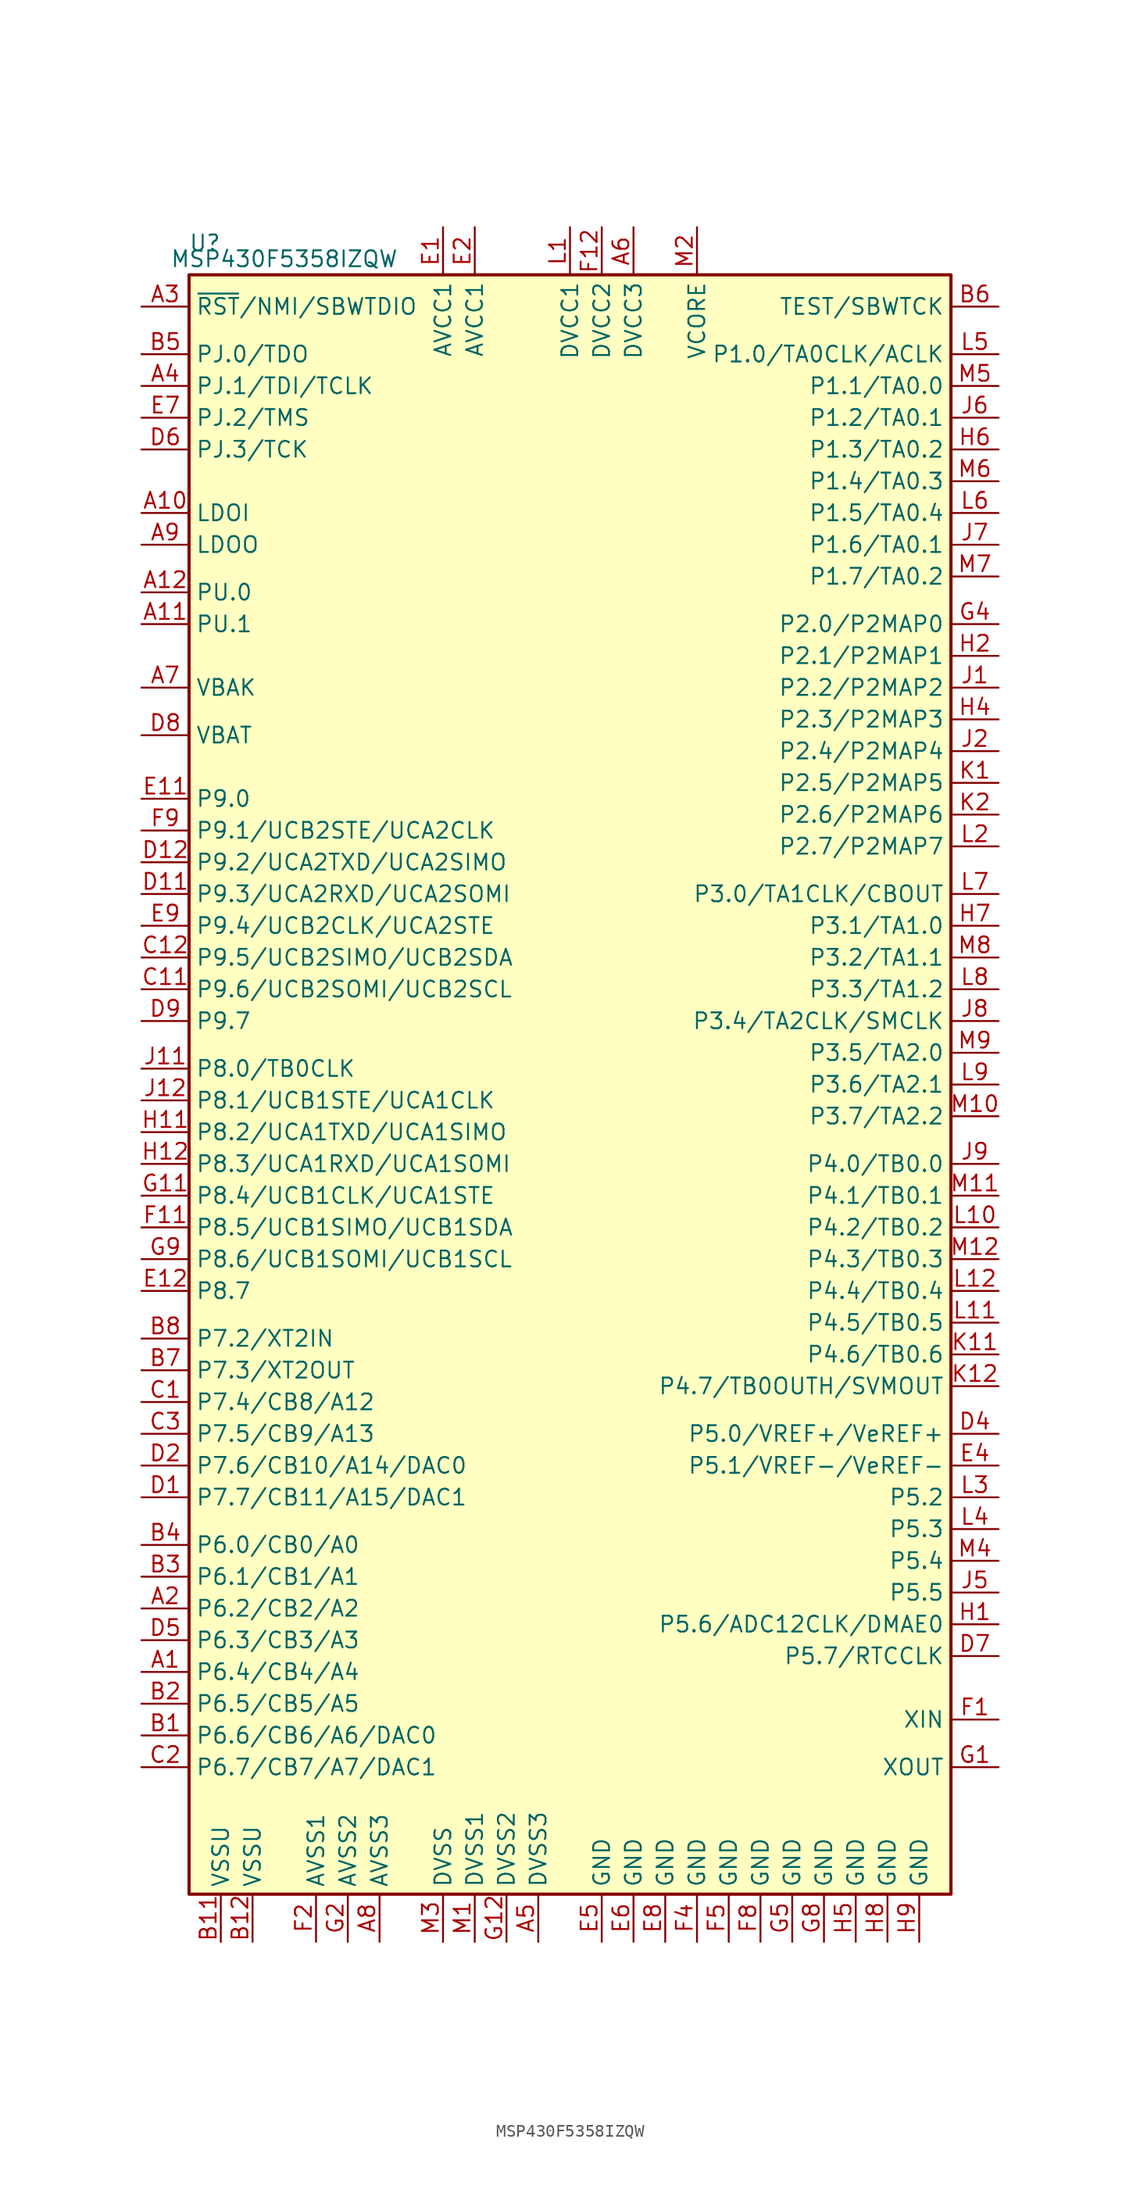
<source format=kicad_sym>
(kicad_symbol_lib
  (version 20211014)
  (generator kicad_symbol_editor)
  (symbol "MSP430F5358IZQW"
    (property "Reference" "U"
      (at -29.21 68.58 0)
      (effects (font (size 1.27 1.27))))
    (property "Value" "MSP430F5358IZQW"
      (at -22.86 67.31 0)
      (effects (font (size 1.27 1.27))))
    (symbol "MSP430F5358IZQW_0_1"
      (rectangle (start -30.48 66.04) (end 30.48 -63.5) (stroke (width 0.254) (type default) (color 0 0 0 0)) (fill (type background))))
    (symbol "MSP430F5358IZQW_1_1"
      (pin bidirectional line (at -34.29 -45.72 0) (length 3.81) (name "P6.4/CB4/A4" (effects (font (size 1.27 1.27)))) (number "A1" (effects (font (size 1.27 1.27)))))
      (pin bidirectional line (at -34.29 46.99 0) (length 3.81) (name "LDOI" (effects (font (size 1.27 1.27)))) (number "A10" (effects (font (size 1.27 1.27)))))
      (pin bidirectional line (at -34.29 38.1 0) (length 3.81) (name "PU.1" (effects (font (size 1.27 1.27)))) (number "A11" (effects (font (size 1.27 1.27)))))
      (pin bidirectional line (at -34.29 40.64 0) (length 3.81) (name "PU.0" (effects (font (size 1.27 1.27)))) (number "A12" (effects (font (size 1.27 1.27)))))
      (pin bidirectional line (at -34.29 -40.64 0) (length 3.81) (name "P6.2/CB2/A2" (effects (font (size 1.27 1.27)))) (number "A2" (effects (font (size 1.27 1.27)))))
      (pin input line (at -34.29 63.5 0) (length 3.81) (name "~{RST}/NMI/SBWTDIO" (effects (font (size 1.27 1.27)))) (number "A3" (effects (font (size 1.27 1.27)))))
      (pin bidirectional line (at -34.29 57.15 0) (length 3.81) (name "PJ.1/TDI/TCLK" (effects (font (size 1.27 1.27)))) (number "A4" (effects (font (size 1.27 1.27)))))
      (pin power_in line (at -2.54 -67.31 90) (length 3.81) (name "DVSS3" (effects (font (size 1.27 1.27)))) (number "A5" (effects (font (size 1.27 1.27)))))
      (pin power_in line (at 5.08 69.85 270) (length 3.81) (name "DVCC3" (effects (font (size 1.27 1.27)))) (number "A6" (effects (font (size 1.27 1.27)))))
      (pin bidirectional line (at -34.29 33.02 0) (length 3.81) (name "VBAK" (effects (font (size 1.27 1.27)))) (number "A7" (effects (font (size 1.27 1.27)))))
      (pin power_in line (at -15.24 -67.31 90) (length 3.81) (name "AVSS3" (effects (font (size 1.27 1.27)))) (number "A8" (effects (font (size 1.27 1.27)))))
      (pin bidirectional line (at -34.29 44.45 0) (length 3.81) (name "LDOO" (effects (font (size 1.27 1.27)))) (number "A9" (effects (font (size 1.27 1.27)))))
      (pin bidirectional line (at -34.29 -50.8 0) (length 3.81) (name "P6.6/CB6/A6/DAC0" (effects (font (size 1.27 1.27)))) (number "B1" (effects (font (size 1.27 1.27)))))
      (pin power_in line (at -27.94 -67.31 90) (length 3.81) (name "VSSU" (effects (font (size 1.27 1.27)))) (number "B11" (effects (font (size 1.27 1.27)))))
      (pin power_in line (at -25.4 -67.31 90) (length 3.81) (name "VSSU" (effects (font (size 1.27 1.27)))) (number "B12" (effects (font (size 1.27 1.27)))))
      (pin bidirectional line (at -34.29 -48.26 0) (length 3.81) (name "P6.5/CB5/A5" (effects (font (size 1.27 1.27)))) (number "B2" (effects (font (size 1.27 1.27)))))
      (pin bidirectional line (at -34.29 -38.1 0) (length 3.81) (name "P6.1/CB1/A1" (effects (font (size 1.27 1.27)))) (number "B3" (effects (font (size 1.27 1.27)))))
      (pin bidirectional line (at -34.29 -35.56 0) (length 3.81) (name "P6.0/CB0/A0" (effects (font (size 1.27 1.27)))) (number "B4" (effects (font (size 1.27 1.27)))))
      (pin bidirectional line (at -34.29 59.69 0) (length 3.81) (name "PJ.0/TDO" (effects (font (size 1.27 1.27)))) (number "B5" (effects (font (size 1.27 1.27)))))
      (pin input line (at 34.29 63.5 180) (length 3.81) (name "TEST/SBWTCK" (effects (font (size 1.27 1.27)))) (number "B6" (effects (font (size 1.27 1.27)))))
      (pin bidirectional line (at -34.29 -21.59 0) (length 3.81) (name "P7.3/XT2OUT" (effects (font (size 1.27 1.27)))) (number "B7" (effects (font (size 1.27 1.27)))))
      (pin bidirectional line (at -34.29 -19.05 0) (length 3.81) (name "P7.2/XT2IN" (effects (font (size 1.27 1.27)))) (number "B8" (effects (font (size 1.27 1.27)))))
      (pin bidirectional line (at -34.29 -24.13 0) (length 3.81) (name "P7.4/CB8/A12" (effects (font (size 1.27 1.27)))) (number "C1" (effects (font (size 1.27 1.27)))))
      (pin bidirectional line (at -34.29 8.89 0) (length 3.81) (name "P9.6/UCB2SOMI/UCB2SCL" (effects (font (size 1.27 1.27)))) (number "C11" (effects (font (size 1.27 1.27)))))
      (pin bidirectional line (at -34.29 11.43 0) (length 3.81) (name "P9.5/UCB2SIMO/UCB2SDA" (effects (font (size 1.27 1.27)))) (number "C12" (effects (font (size 1.27 1.27)))))
      (pin bidirectional line (at -34.29 -53.34 0) (length 3.81) (name "P6.7/CB7/A7/DAC1" (effects (font (size 1.27 1.27)))) (number "C2" (effects (font (size 1.27 1.27)))))
      (pin bidirectional line (at -34.29 -26.67 0) (length 3.81) (name "P7.5/CB9/A13" (effects (font (size 1.27 1.27)))) (number "C3" (effects (font (size 1.27 1.27)))))
      (pin bidirectional line (at -34.29 -31.75 0) (length 3.81) (name "P7.7/CB11/A15/DAC1" (effects (font (size 1.27 1.27)))) (number "D1" (effects (font (size 1.27 1.27)))))
      (pin bidirectional line (at -34.29 16.51 0) (length 3.81) (name "P9.3/UCA2RXD/UCA2SOMI" (effects (font (size 1.27 1.27)))) (number "D11" (effects (font (size 1.27 1.27)))))
      (pin bidirectional line (at -34.29 19.05 0) (length 3.81) (name "P9.2/UCA2TXD/UCA2SIMO" (effects (font (size 1.27 1.27)))) (number "D12" (effects (font (size 1.27 1.27)))))
      (pin bidirectional line (at -34.29 -29.21 0) (length 3.81) (name "P7.6/CB10/A14/DAC0" (effects (font (size 1.27 1.27)))) (number "D2" (effects (font (size 1.27 1.27)))))
      (pin bidirectional line (at 34.29 -26.67 180) (length 3.81) (name "P5.0/VREF+/VeREF+" (effects (font (size 1.27 1.27)))) (number "D4" (effects (font (size 1.27 1.27)))))
      (pin bidirectional line (at -34.29 -43.18 0) (length 3.81) (name "P6.3/CB3/A3" (effects (font (size 1.27 1.27)))) (number "D5" (effects (font (size 1.27 1.27)))))
      (pin bidirectional line (at -34.29 52.07 0) (length 3.81) (name "PJ.3/TCK" (effects (font (size 1.27 1.27)))) (number "D6" (effects (font (size 1.27 1.27)))))
      (pin bidirectional line (at 34.29 -44.45 180) (length 3.81) (name "P5.7/RTCCLK" (effects (font (size 1.27 1.27)))) (number "D7" (effects (font (size 1.27 1.27)))))
      (pin bidirectional line (at -34.29 29.21 0) (length 3.81) (name "VBAT" (effects (font (size 1.27 1.27)))) (number "D8" (effects (font (size 1.27 1.27)))))
      (pin bidirectional line (at -34.29 6.35 0) (length 3.81) (name "P9.7" (effects (font (size 1.27 1.27)))) (number "D9" (effects (font (size 1.27 1.27)))))
      (pin power_in line (at -10.16 69.85 270) (length 3.81) (name "AVCC1" (effects (font (size 1.27 1.27)))) (number "E1" (effects (font (size 1.27 1.27)))))
      (pin bidirectional line (at -34.29 24.13 0) (length 3.81) (name "P9.0" (effects (font (size 1.27 1.27)))) (number "E11" (effects (font (size 1.27 1.27)))))
      (pin bidirectional line (at -34.29 -15.24 0) (length 3.81) (name "P8.7" (effects (font (size 1.27 1.27)))) (number "E12" (effects (font (size 1.27 1.27)))))
      (pin power_in line (at -7.62 69.85 270) (length 3.81) (name "AVCC1" (effects (font (size 1.27 1.27)))) (number "E2" (effects (font (size 1.27 1.27)))))
      (pin bidirectional line (at 34.29 -29.21 180) (length 3.81) (name "P5.1/VREF-/VeREF-" (effects (font (size 1.27 1.27)))) (number "E4" (effects (font (size 1.27 1.27)))))
      (pin power_in line (at 2.54 -67.31 90) (length 3.81) (name "GND" (effects (font (size 1.27 1.27)))) (number "E5" (effects (font (size 1.27 1.27)))))
      (pin power_in line (at 5.08 -67.31 90) (length 3.81) (name "GND" (effects (font (size 1.27 1.27)))) (number "E6" (effects (font (size 1.27 1.27)))))
      (pin bidirectional line (at -34.29 54.61 0) (length 3.81) (name "PJ.2/TMS" (effects (font (size 1.27 1.27)))) (number "E7" (effects (font (size 1.27 1.27)))))
      (pin power_in line (at 7.62 -67.31 90) (length 3.81) (name "GND" (effects (font (size 1.27 1.27)))) (number "E8" (effects (font (size 1.27 1.27)))))
      (pin bidirectional line (at -34.29 13.97 0) (length 3.81) (name "P9.4/UCB2CLK/UCA2STE" (effects (font (size 1.27 1.27)))) (number "E9" (effects (font (size 1.27 1.27)))))
      (pin bidirectional line (at 34.29 -49.53 180) (length 3.81) (name "XIN" (effects (font (size 1.27 1.27)))) (number "F1" (effects (font (size 1.27 1.27)))))
      (pin bidirectional line (at -34.29 -10.16 0) (length 3.81) (name "P8.5/UCB1SIMO/UCB1SDA" (effects (font (size 1.27 1.27)))) (number "F11" (effects (font (size 1.27 1.27)))))
      (pin power_in line (at 2.54 69.85 270) (length 3.81) (name "DVCC2" (effects (font (size 1.27 1.27)))) (number "F12" (effects (font (size 1.27 1.27)))))
      (pin power_in line (at -20.32 -67.31 90) (length 3.81) (name "AVSS1" (effects (font (size 1.27 1.27)))) (number "F2" (effects (font (size 1.27 1.27)))))
      (pin power_in line (at 10.16 -67.31 90) (length 3.81) (name "GND" (effects (font (size 1.27 1.27)))) (number "F4" (effects (font (size 1.27 1.27)))))
      (pin power_in line (at 12.7 -67.31 90) (length 3.81) (name "GND" (effects (font (size 1.27 1.27)))) (number "F5" (effects (font (size 1.27 1.27)))))
      (pin power_in line (at 15.24 -67.31 90) (length 3.81) (name "GND" (effects (font (size 1.27 1.27)))) (number "F8" (effects (font (size 1.27 1.27)))))
      (pin bidirectional line (at -34.29 21.59 0) (length 3.81) (name "P9.1/UCB2STE/UCA2CLK" (effects (font (size 1.27 1.27)))) (number "F9" (effects (font (size 1.27 1.27)))))
      (pin bidirectional line (at 34.29 -53.34 180) (length 3.81) (name "XOUT" (effects (font (size 1.27 1.27)))) (number "G1" (effects (font (size 1.27 1.27)))))
      (pin bidirectional line (at -34.29 -7.62 0) (length 3.81) (name "P8.4/UCB1CLK/UCA1STE" (effects (font (size 1.27 1.27)))) (number "G11" (effects (font (size 1.27 1.27)))))
      (pin power_in line (at -5.08 -67.31 90) (length 3.81) (name "DVSS2" (effects (font (size 1.27 1.27)))) (number "G12" (effects (font (size 1.27 1.27)))))
      (pin power_in line (at -17.78 -67.31 90) (length 3.81) (name "AVSS2" (effects (font (size 1.27 1.27)))) (number "G2" (effects (font (size 1.27 1.27)))))
      (pin bidirectional line (at 34.29 38.1 180) (length 3.81) (name "P2.0/P2MAP0" (effects (font (size 1.27 1.27)))) (number "G4" (effects (font (size 1.27 1.27)))))
      (pin power_in line (at 17.78 -67.31 90) (length 3.81) (name "GND" (effects (font (size 1.27 1.27)))) (number "G5" (effects (font (size 1.27 1.27)))))
      (pin power_in line (at 20.32 -67.31 90) (length 3.81) (name "GND" (effects (font (size 1.27 1.27)))) (number "G8" (effects (font (size 1.27 1.27)))))
      (pin bidirectional line (at -34.29 -12.7 0) (length 3.81) (name "P8.6/UCB1SOMI/UCB1SCL" (effects (font (size 1.27 1.27)))) (number "G9" (effects (font (size 1.27 1.27)))))
      (pin bidirectional line (at 34.29 -41.91 180) (length 3.81) (name "P5.6/ADC12CLK/DMAE0" (effects (font (size 1.27 1.27)))) (number "H1" (effects (font (size 1.27 1.27)))))
      (pin bidirectional line (at -34.29 -2.54 0) (length 3.81) (name "P8.2/UCA1TXD/UCA1SIMO" (effects (font (size 1.27 1.27)))) (number "H11" (effects (font (size 1.27 1.27)))))
      (pin bidirectional line (at -34.29 -5.08 0) (length 3.81) (name "P8.3/UCA1RXD/UCA1SOMI" (effects (font (size 1.27 1.27)))) (number "H12" (effects (font (size 1.27 1.27)))))
      (pin bidirectional line (at 34.29 35.56 180) (length 3.81) (name "P2.1/P2MAP1" (effects (font (size 1.27 1.27)))) (number "H2" (effects (font (size 1.27 1.27)))))
      (pin bidirectional line (at 34.29 30.48 180) (length 3.81) (name "P2.3/P2MAP3" (effects (font (size 1.27 1.27)))) (number "H4" (effects (font (size 1.27 1.27)))))
      (pin power_in line (at 22.86 -67.31 90) (length 3.81) (name "GND" (effects (font (size 1.27 1.27)))) (number "H5" (effects (font (size 1.27 1.27)))))
      (pin bidirectional line (at 34.29 52.07 180) (length 3.81) (name "P1.3/TA0.2" (effects (font (size 1.27 1.27)))) (number "H6" (effects (font (size 1.27 1.27)))))
      (pin bidirectional line (at 34.29 13.97 180) (length 3.81) (name "P3.1/TA1.0" (effects (font (size 1.27 1.27)))) (number "H7" (effects (font (size 1.27 1.27)))))
      (pin power_in line (at 25.4 -67.31 90) (length 3.81) (name "GND" (effects (font (size 1.27 1.27)))) (number "H8" (effects (font (size 1.27 1.27)))))
      (pin power_in line (at 27.94 -67.31 90) (length 3.81) (name "GND" (effects (font (size 1.27 1.27)))) (number "H9" (effects (font (size 1.27 1.27)))))
      (pin bidirectional line (at 34.29 33.02 180) (length 3.81) (name "P2.2/P2MAP2" (effects (font (size 1.27 1.27)))) (number "J1" (effects (font (size 1.27 1.27)))))
      (pin bidirectional line (at -34.29 2.54 0) (length 3.81) (name "P8.0/TB0CLK" (effects (font (size 1.27 1.27)))) (number "J11" (effects (font (size 1.27 1.27)))))
      (pin bidirectional line (at -34.29 0 0) (length 3.81) (name "P8.1/UCB1STE/UCA1CLK" (effects (font (size 1.27 1.27)))) (number "J12" (effects (font (size 1.27 1.27)))))
      (pin bidirectional line (at 34.29 27.94 180) (length 3.81) (name "P2.4/P2MAP4" (effects (font (size 1.27 1.27)))) (number "J2" (effects (font (size 1.27 1.27)))))
      (pin bidirectional line (at 34.29 -39.37 180) (length 3.81) (name "P5.5" (effects (font (size 1.27 1.27)))) (number "J5" (effects (font (size 1.27 1.27)))))
      (pin bidirectional line (at 34.29 54.61 180) (length 3.81) (name "P1.2/TA0.1" (effects (font (size 1.27 1.27)))) (number "J6" (effects (font (size 1.27 1.27)))))
      (pin bidirectional line (at 34.29 44.45 180) (length 3.81) (name "P1.6/TA0.1" (effects (font (size 1.27 1.27)))) (number "J7" (effects (font (size 1.27 1.27)))))
      (pin bidirectional line (at 34.29 6.35 180) (length 3.81) (name "P3.4/TA2CLK/SMCLK" (effects (font (size 1.27 1.27)))) (number "J8" (effects (font (size 1.27 1.27)))))
      (pin bidirectional line (at 34.29 -5.08 180) (length 3.81) (name "P4.0/TB0.0" (effects (font (size 1.27 1.27)))) (number "J9" (effects (font (size 1.27 1.27)))))
      (pin bidirectional line (at 34.29 25.4 180) (length 3.81) (name "P2.5/P2MAP5" (effects (font (size 1.27 1.27)))) (number "K1" (effects (font (size 1.27 1.27)))))
      (pin bidirectional line (at 34.29 -20.32 180) (length 3.81) (name "P4.6/TB0.6" (effects (font (size 1.27 1.27)))) (number "K11" (effects (font (size 1.27 1.27)))))
      (pin bidirectional line (at 34.29 -22.86 180) (length 3.81) (name "P4.7/TB0OUTH/SVMOUT" (effects (font (size 1.27 1.27)))) (number "K12" (effects (font (size 1.27 1.27)))))
      (pin bidirectional line (at 34.29 22.86 180) (length 3.81) (name "P2.6/P2MAP6" (effects (font (size 1.27 1.27)))) (number "K2" (effects (font (size 1.27 1.27)))))
      (pin power_in line (at 0 69.85 270) (length 3.81) (name "DVCC1" (effects (font (size 1.27 1.27)))) (number "L1" (effects (font (size 1.27 1.27)))))
      (pin bidirectional line (at 34.29 -10.16 180) (length 3.81) (name "P4.2/TB0.2" (effects (font (size 1.27 1.27)))) (number "L10" (effects (font (size 1.27 1.27)))))
      (pin bidirectional line (at 34.29 -17.78 180) (length 3.81) (name "P4.5/TB0.5" (effects (font (size 1.27 1.27)))) (number "L11" (effects (font (size 1.27 1.27)))))
      (pin bidirectional line (at 34.29 -15.24 180) (length 3.81) (name "P4.4/TB0.4" (effects (font (size 1.27 1.27)))) (number "L12" (effects (font (size 1.27 1.27)))))
      (pin bidirectional line (at 34.29 20.32 180) (length 3.81) (name "P2.7/P2MAP7" (effects (font (size 1.27 1.27)))) (number "L2" (effects (font (size 1.27 1.27)))))
      (pin bidirectional line (at 34.29 -31.75 180) (length 3.81) (name "P5.2" (effects (font (size 1.27 1.27)))) (number "L3" (effects (font (size 1.27 1.27)))))
      (pin bidirectional line (at 34.29 -34.29 180) (length 3.81) (name "P5.3" (effects (font (size 1.27 1.27)))) (number "L4" (effects (font (size 1.27 1.27)))))
      (pin bidirectional line (at 34.29 59.69 180) (length 3.81) (name "P1.0/TA0CLK/ACLK" (effects (font (size 1.27 1.27)))) (number "L5" (effects (font (size 1.27 1.27)))))
      (pin bidirectional line (at 34.29 46.99 180) (length 3.81) (name "P1.5/TA0.4" (effects (font (size 1.27 1.27)))) (number "L6" (effects (font (size 1.27 1.27)))))
      (pin bidirectional line (at 34.29 16.51 180) (length 3.81) (name "P3.0/TA1CLK/CBOUT" (effects (font (size 1.27 1.27)))) (number "L7" (effects (font (size 1.27 1.27)))))
      (pin bidirectional line (at 34.29 8.89 180) (length 3.81) (name "P3.3/TA1.2" (effects (font (size 1.27 1.27)))) (number "L8" (effects (font (size 1.27 1.27)))))
      (pin bidirectional line (at 34.29 1.27 180) (length 3.81) (name "P3.6/TA2.1" (effects (font (size 1.27 1.27)))) (number "L9" (effects (font (size 1.27 1.27)))))
      (pin power_in line (at -7.62 -67.31 90) (length 3.81) (name "DVSS1" (effects (font (size 1.27 1.27)))) (number "M1" (effects (font (size 1.27 1.27)))))
      (pin bidirectional line (at 34.29 -1.27 180) (length 3.81) (name "P3.7/TA2.2" (effects (font (size 1.27 1.27)))) (number "M10" (effects (font (size 1.27 1.27)))))
      (pin bidirectional line (at 34.29 -7.62 180) (length 3.81) (name "P4.1/TB0.1" (effects (font (size 1.27 1.27)))) (number "M11" (effects (font (size 1.27 1.27)))))
      (pin bidirectional line (at 34.29 -12.7 180) (length 3.81) (name "P4.3/TB0.3" (effects (font (size 1.27 1.27)))) (number "M12" (effects (font (size 1.27 1.27)))))
      (pin bidirectional line (at 10.16 69.85 270) (length 3.81) (name "VCORE" (effects (font (size 1.27 1.27)))) (number "M2" (effects (font (size 1.27 1.27)))))
      (pin power_in line (at -10.16 -67.31 90) (length 3.81) (name "DVSS" (effects (font (size 1.27 1.27)))) (number "M3" (effects (font (size 1.27 1.27)))))
      (pin bidirectional line (at 34.29 -36.83 180) (length 3.81) (name "P5.4" (effects (font (size 1.27 1.27)))) (number "M4" (effects (font (size 1.27 1.27)))))
      (pin bidirectional line (at 34.29 57.15 180) (length 3.81) (name "P1.1/TA0.0" (effects (font (size 1.27 1.27)))) (number "M5" (effects (font (size 1.27 1.27)))))
      (pin bidirectional line (at 34.29 49.53 180) (length 3.81) (name "P1.4/TA0.3" (effects (font (size 1.27 1.27)))) (number "M6" (effects (font (size 1.27 1.27)))))
      (pin bidirectional line (at 34.29 41.91 180) (length 3.81) (name "P1.7/TA0.2" (effects (font (size 1.27 1.27)))) (number "M7" (effects (font (size 1.27 1.27)))))
      (pin bidirectional line (at 34.29 11.43 180) (length 3.81) (name "P3.2/TA1.1" (effects (font (size 1.27 1.27)))) (number "M8" (effects (font (size 1.27 1.27)))))
      (pin bidirectional line (at 34.29 3.81 180) (length 3.81) (name "P3.5/TA2.0" (effects (font (size 1.27 1.27)))) (number "M9" (effects (font (size 1.27 1.27))))))))
</source>
